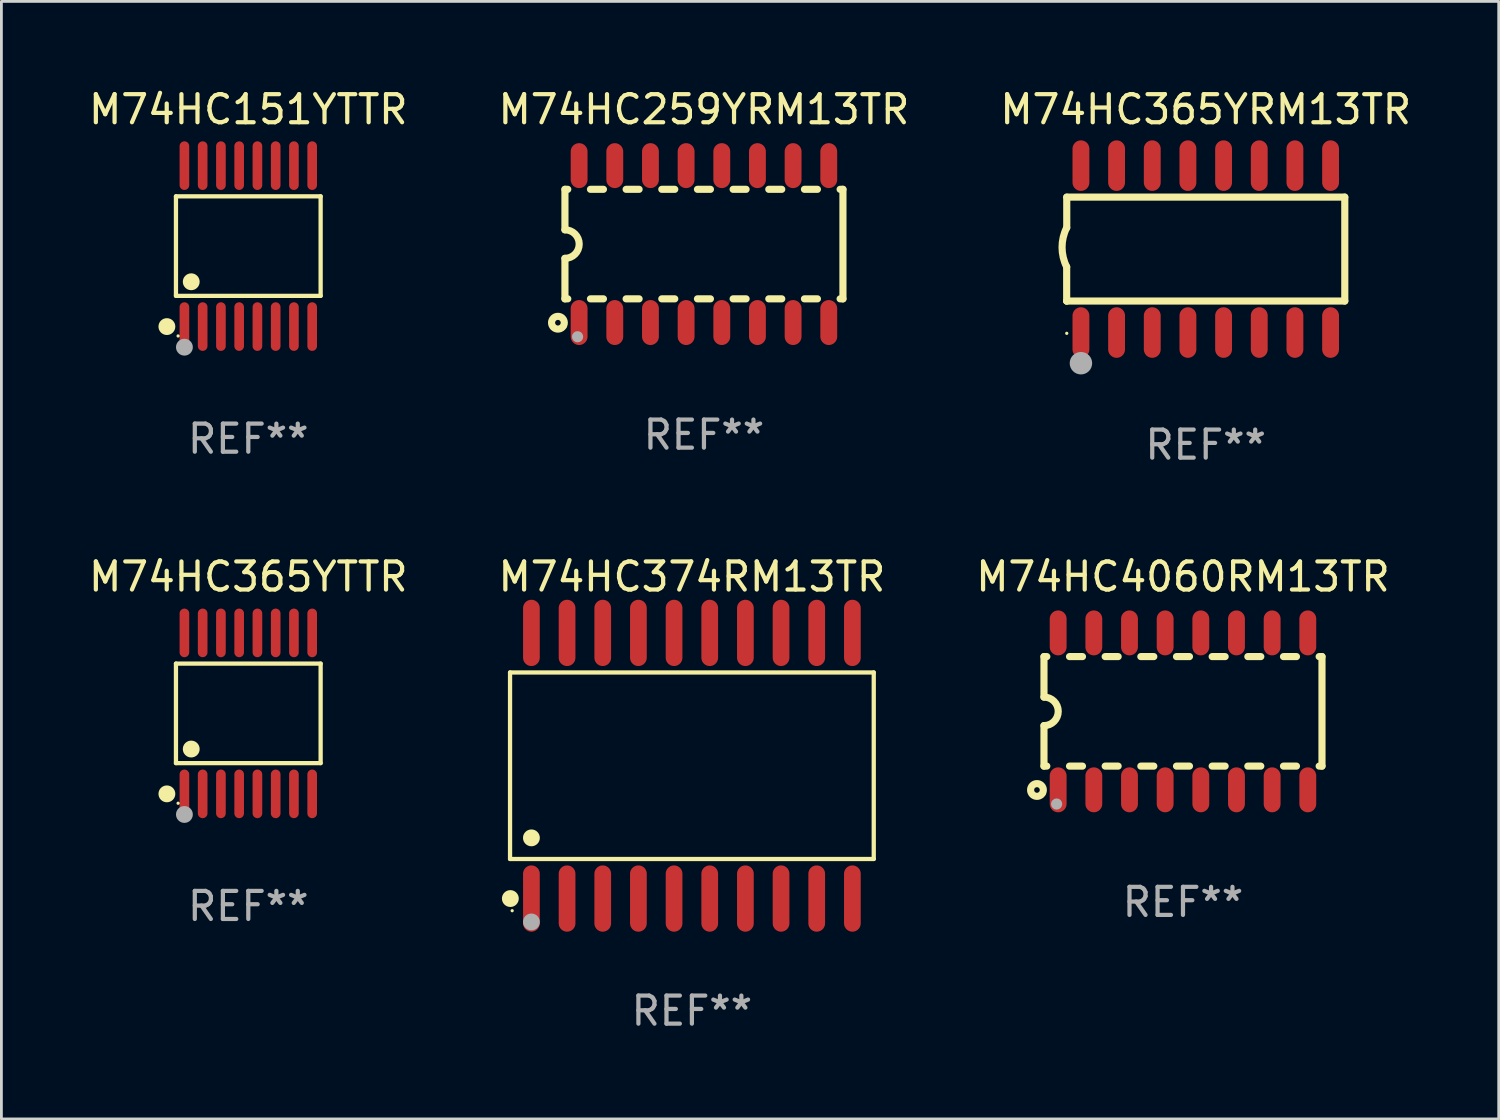
<source format=kicad_pcb>
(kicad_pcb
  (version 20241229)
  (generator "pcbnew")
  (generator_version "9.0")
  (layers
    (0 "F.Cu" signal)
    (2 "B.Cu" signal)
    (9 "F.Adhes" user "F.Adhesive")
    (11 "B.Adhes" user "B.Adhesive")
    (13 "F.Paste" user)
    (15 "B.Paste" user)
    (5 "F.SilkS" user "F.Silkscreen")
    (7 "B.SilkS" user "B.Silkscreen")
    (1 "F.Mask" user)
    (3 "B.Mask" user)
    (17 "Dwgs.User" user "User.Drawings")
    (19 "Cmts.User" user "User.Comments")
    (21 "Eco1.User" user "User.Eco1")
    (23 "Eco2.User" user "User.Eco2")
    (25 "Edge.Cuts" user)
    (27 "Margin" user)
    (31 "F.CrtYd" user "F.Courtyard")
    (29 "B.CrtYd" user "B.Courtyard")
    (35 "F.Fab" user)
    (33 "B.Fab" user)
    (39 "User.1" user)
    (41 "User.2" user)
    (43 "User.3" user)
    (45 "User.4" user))
  (footprint "M74HC4060RM13TR"
    (layer "F.Cu")
    (at 39.077 22.282)
    (property "Reference" "M74HC4060RM13TR" (at 0 -4.794 0) (layer "F.SilkS") (effects (font (size 1 1) (thickness 0.15))))
    (attr through_hole)
    (fp_line (start -4.95 -1.95) (end -4.95 -0.508) (stroke (width 0.254) (type solid)) (layer "F.SilkS"))
    (fp_line (start -4.95 -1.95) (end -4.849 -1.95) (stroke (width 0.254) (type solid)) (layer "F.SilkS"))
    (fp_line (start -4.95 1.95) (end -4.95 0.508) (stroke (width 0.254) (type solid)) (layer "F.SilkS"))
    (fp_line (start -4.95 1.95) (end -4.849 1.95) (stroke (width 0.254) (type solid)) (layer "F.SilkS"))
    (fp_line (start -4.041 -1.95) (end -3.579 -1.95) (stroke (width 0.254) (type solid)) (layer "F.SilkS"))
    (fp_line (start -4.041 1.95) (end -3.579 1.95) (stroke (width 0.254) (type solid)) (layer "F.SilkS"))
    (fp_line (start -2.771 -1.95) (end -2.309 -1.95) (stroke (width 0.254) (type solid)) (layer "F.SilkS"))
    (fp_line (start -2.771 1.95) (end -2.309 1.95) (stroke (width 0.254) (type solid)) (layer "F.SilkS"))
    (fp_line (start -1.501 -1.95) (end -1.039 -1.95) (stroke (width 0.254) (type solid)) (layer "F.SilkS"))
    (fp_line (start -1.501 1.95) (end -1.039 1.95) (stroke (width 0.254) (type solid)) (layer "F.SilkS"))
    (fp_line (start -0.231 -1.95) (end 0.231 -1.95) (stroke (width 0.254) (type solid)) (layer "F.SilkS"))
    (fp_line (start -0.231 1.95) (end 0.231 1.95) (stroke (width 0.254) (type solid)) (layer "F.SilkS"))
    (fp_line (start 1.039 -1.95) (end 1.501 -1.95) (stroke (width 0.254) (type solid)) (layer "F.SilkS"))
    (fp_line (start 1.039 1.95) (end 1.501 1.95) (stroke (width 0.254) (type solid)) (layer "F.SilkS"))
    (fp_line (start 2.309 -1.95) (end 2.771 -1.95) (stroke (width 0.254) (type solid)) (layer "F.SilkS"))
    (fp_line (start 2.309 1.95) (end 2.771 1.95) (stroke (width 0.254) (type solid)) (layer "F.SilkS"))
    (fp_line (start 3.579 -1.95) (end 4.041 -1.95) (stroke (width 0.254) (type solid)) (layer "F.SilkS"))
    (fp_line (start 3.579 1.95) (end 4.041 1.95) (stroke (width 0.254) (type solid)) (layer "F.SilkS"))
    (fp_line (start 4.849 -1.95) (end 4.95 -1.95) (stroke (width 0.254) (type solid)) (layer "F.SilkS"))
    (fp_line (start 4.849 1.95) (end 4.95 1.95) (stroke (width 0.254) (type solid)) (layer "F.SilkS"))
    (fp_line (start 4.95 -1.95) (end 4.95 1.95) (stroke (width 0.254) (type solid)) (layer "F.SilkS"))
    (fp_arc (start -4.95047 -0.508001) (mid -4.442469 -0.000228) (end -4.950013 0.508001) (stroke (width 0.254001) (type solid)) (layer "F.SilkS"))
    (fp_circle (center -5.2 2.8) (end -5.1 2.8) (stroke (width 0.254) (type solid)) (fill no) (layer "F.SilkS"))
    (fp_circle (center -4.95 2.947) (end -4.92 2.947) (stroke (width 0.06) (type solid)) (fill no) (layer "F.SilkS"))
    (fp_circle (center -4.5 3.3) (end -4.4 3.3) (stroke (width 0.2) (type solid)) (fill no) (layer "F.Fab"))
    (fp_text user "REF**" (at 0 6.794 0) (layer "F.Fab") (effects (font (size 1 1) (thickness 0.15))))
    (pad "1" smd oval (at -4.445 2.794) (size 0.6 1.6) (layers "F.Cu" "F.Mask" "F.Paste"))
    (pad "2" smd oval (at -3.175 2.794) (size 0.6 1.6) (layers "F.Cu" "F.Mask" "F.Paste"))
    (pad "3" smd oval (at -1.905 2.794) (size 0.6 1.6) (layers "F.Cu" "F.Mask" "F.Paste"))
    (pad "4" smd oval (at -0.635 2.794) (size 0.6 1.6) (layers "F.Cu" "F.Mask" "F.Paste"))
    (pad "5" smd oval (at 0.635 2.794) (size 0.6 1.6) (layers "F.Cu" "F.Mask" "F.Paste"))
    (pad "6" smd oval (at 1.905 2.794) (size 0.6 1.6) (layers "F.Cu" "F.Mask" "F.Paste"))
    (pad "7" smd oval (at 3.175 2.794) (size 0.6 1.6) (layers "F.Cu" "F.Mask" "F.Paste"))
    (pad "8" smd oval (at 4.445 2.794) (size 0.6 1.6) (layers "F.Cu" "F.Mask" "F.Paste"))
    (pad "9" smd oval (at 4.445 -2.794) (size 0.6 1.6) (layers "F.Cu" "F.Mask" "F.Paste"))
    (pad "10" smd oval (at 3.175 -2.794) (size 0.6 1.6) (layers "F.Cu" "F.Mask" "F.Paste"))
    (pad "11" smd oval (at 1.905 -2.794) (size 0.6 1.6) (layers "F.Cu" "F.Mask" "F.Paste"))
    (pad "12" smd oval (at 0.635 -2.794) (size 0.6 1.6) (layers "F.Cu" "F.Mask" "F.Paste"))
    (pad "13" smd oval (at -0.635 -2.794) (size 0.6 1.6) (layers "F.Cu" "F.Mask" "F.Paste"))
    (pad "14" smd oval (at -1.905 -2.794) (size 0.6 1.6) (layers "F.Cu" "F.Mask" "F.Paste"))
    (pad "15" smd oval (at -3.175 -2.794) (size 0.6 1.6) (layers "F.Cu" "F.Mask" "F.Paste"))
    (pad "16" smd oval (at -4.445 -2.794) (size 0.6 1.6) (layers "F.Cu" "F.Mask" "F.Paste")))
  (footprint "M74HC259YRM13TR"
    (layer "F.Cu")
    (at 22.018 5.642)
    (property "Reference" "M74HC259YRM13TR" (at 0 -4.794 0) (layer "F.SilkS") (effects (font (size 1 1) (thickness 0.15))))
    (attr through_hole)
    (fp_line (start -4.95 -1.95) (end -4.95 -0.508) (stroke (width 0.254) (type solid)) (layer "F.SilkS"))
    (fp_line (start -4.95 -1.95) (end -4.849 -1.95) (stroke (width 0.254) (type solid)) (layer "F.SilkS"))
    (fp_line (start -4.95 1.95) (end -4.95 0.508) (stroke (width 0.254) (type solid)) (layer "F.SilkS"))
    (fp_line (start -4.95 1.95) (end -4.849 1.95) (stroke (width 0.254) (type solid)) (layer "F.SilkS"))
    (fp_line (start -4.041 -1.95) (end -3.579 -1.95) (stroke (width 0.254) (type solid)) (layer "F.SilkS"))
    (fp_line (start -4.041 1.95) (end -3.579 1.95) (stroke (width 0.254) (type solid)) (layer "F.SilkS"))
    (fp_line (start -2.771 -1.95) (end -2.309 -1.95) (stroke (width 0.254) (type solid)) (layer "F.SilkS"))
    (fp_line (start -2.771 1.95) (end -2.309 1.95) (stroke (width 0.254) (type solid)) (layer "F.SilkS"))
    (fp_line (start -1.501 -1.95) (end -1.039 -1.95) (stroke (width 0.254) (type solid)) (layer "F.SilkS"))
    (fp_line (start -1.501 1.95) (end -1.039 1.95) (stroke (width 0.254) (type solid)) (layer "F.SilkS"))
    (fp_line (start -0.231 -1.95) (end 0.231 -1.95) (stroke (width 0.254) (type solid)) (layer "F.SilkS"))
    (fp_line (start -0.231 1.95) (end 0.231 1.95) (stroke (width 0.254) (type solid)) (layer "F.SilkS"))
    (fp_line (start 1.039 -1.95) (end 1.501 -1.95) (stroke (width 0.254) (type solid)) (layer "F.SilkS"))
    (fp_line (start 1.039 1.95) (end 1.501 1.95) (stroke (width 0.254) (type solid)) (layer "F.SilkS"))
    (fp_line (start 2.309 -1.95) (end 2.771 -1.95) (stroke (width 0.254) (type solid)) (layer "F.SilkS"))
    (fp_line (start 2.309 1.95) (end 2.771 1.95) (stroke (width 0.254) (type solid)) (layer "F.SilkS"))
    (fp_line (start 3.579 -1.95) (end 4.041 -1.95) (stroke (width 0.254) (type solid)) (layer "F.SilkS"))
    (fp_line (start 3.579 1.95) (end 4.041 1.95) (stroke (width 0.254) (type solid)) (layer "F.SilkS"))
    (fp_line (start 4.849 -1.95) (end 4.95 -1.95) (stroke (width 0.254) (type solid)) (layer "F.SilkS"))
    (fp_line (start 4.849 1.95) (end 4.95 1.95) (stroke (width 0.254) (type solid)) (layer "F.SilkS"))
    (fp_line (start 4.95 -1.95) (end 4.95 1.95) (stroke (width 0.254) (type solid)) (layer "F.SilkS"))
    (fp_arc (start -4.95047 -0.508001) (mid -4.442469 -0.000228) (end -4.950013 0.508001) (stroke (width 0.254001) (type solid)) (layer "F.SilkS"))
    (fp_circle (center -5.2 2.8) (end -5.1 2.8) (stroke (width 0.254) (type solid)) (fill no) (layer "F.SilkS"))
    (fp_circle (center -4.95 2.947) (end -4.92 2.947) (stroke (width 0.06) (type solid)) (fill no) (layer "F.SilkS"))
    (fp_circle (center -4.5 3.3) (end -4.4 3.3) (stroke (width 0.2) (type solid)) (fill no) (layer "F.Fab"))
    (fp_text user "REF**" (at 0 6.794 0) (layer "F.Fab") (effects (font (size 1 1) (thickness 0.15))))
    (pad "1" smd oval (at -4.445 2.794) (size 0.6 1.6) (layers "F.Cu" "F.Mask" "F.Paste"))
    (pad "2" smd oval (at -3.175 2.794) (size 0.6 1.6) (layers "F.Cu" "F.Mask" "F.Paste"))
    (pad "3" smd oval (at -1.905 2.794) (size 0.6 1.6) (layers "F.Cu" "F.Mask" "F.Paste"))
    (pad "4" smd oval (at -0.635 2.794) (size 0.6 1.6) (layers "F.Cu" "F.Mask" "F.Paste"))
    (pad "5" smd oval (at 0.635 2.794) (size 0.6 1.6) (layers "F.Cu" "F.Mask" "F.Paste"))
    (pad "6" smd oval (at 1.905 2.794) (size 0.6 1.6) (layers "F.Cu" "F.Mask" "F.Paste"))
    (pad "7" smd oval (at 3.175 2.794) (size 0.6 1.6) (layers "F.Cu" "F.Mask" "F.Paste"))
    (pad "8" smd oval (at 4.445 2.794) (size 0.6 1.6) (layers "F.Cu" "F.Mask" "F.Paste"))
    (pad "9" smd oval (at 4.445 -2.794) (size 0.6 1.6) (layers "F.Cu" "F.Mask" "F.Paste"))
    (pad "10" smd oval (at 3.175 -2.794) (size 0.6 1.6) (layers "F.Cu" "F.Mask" "F.Paste"))
    (pad "11" smd oval (at 1.905 -2.794) (size 0.6 1.6) (layers "F.Cu" "F.Mask" "F.Paste"))
    (pad "12" smd oval (at 0.635 -2.794) (size 0.6 1.6) (layers "F.Cu" "F.Mask" "F.Paste"))
    (pad "13" smd oval (at -0.635 -2.794) (size 0.6 1.6) (layers "F.Cu" "F.Mask" "F.Paste"))
    (pad "14" smd oval (at -1.905 -2.794) (size 0.6 1.6) (layers "F.Cu" "F.Mask" "F.Paste"))
    (pad "15" smd oval (at -3.175 -2.794) (size 0.6 1.6) (layers "F.Cu" "F.Mask" "F.Paste"))
    (pad "16" smd oval (at -4.445 -2.794) (size 0.6 1.6) (layers "F.Cu" "F.Mask" "F.Paste")))
  (footprint "M74HC151YTTR"
    (layer "F.Cu")
    (at 5.792 5.714)
    (property "Reference" "M74HC151YTTR" (at 0 -4.866 0) (layer "F.SilkS") (effects (font (size 1 1) (thickness 0.15))))
    (attr through_hole)
    (fp_line (start -2.576 -1.772) (end 2.576 -1.772) (stroke (width 0.152) (type solid)) (layer "F.SilkS"))
    (fp_line (start -2.576 1.771) (end -2.576 -1.772) (stroke (width 0.152) (type solid)) (layer "F.SilkS"))
    (fp_line (start 2.576 -1.772) (end 2.576 1.771) (stroke (width 0.152) (type solid)) (layer "F.SilkS"))
    (fp_line (start 2.576 1.771) (end -2.576 1.771) (stroke (width 0.152) (type solid)) (layer "F.SilkS"))
    (fp_circle (center -2.899 2.866) (end -2.749 2.866) (stroke (width 0.3) (type solid)) (fill no) (layer "F.SilkS"))
    (fp_circle (center -2.5 3.2) (end -2.47 3.2) (stroke (width 0.06) (type solid)) (fill no) (layer "F.SilkS"))
    (fp_circle (center -2.032 1.27) (end -1.882 1.27) (stroke (width 0.3) (type solid)) (fill no) (layer "F.SilkS"))
    (fp_circle (center -2.275 3.6) (end -2.125 3.6) (stroke (width 0.3) (type solid)) (fill no) (layer "F.Fab"))
    (fp_text user "REF**" (at 0 6.866 0) (layer "F.Fab") (effects (font (size 1 1) (thickness 0.15))))
    (pad "1" smd oval (at -2.275 2.866) (size 0.343 1.731) (layers "F.Cu" "F.Mask" "F.Paste"))
    (pad "2" smd oval (at -1.625 2.866) (size 0.343 1.731) (layers "F.Cu" "F.Mask" "F.Paste"))
    (pad "3" smd oval (at -0.975 2.866) (size 0.343 1.731) (layers "F.Cu" "F.Mask" "F.Paste"))
    (pad "4" smd oval (at -0.325 2.866) (size 0.343 1.731) (layers "F.Cu" "F.Mask" "F.Paste"))
    (pad "5" smd oval (at 0.325 2.866) (size 0.343 1.731) (layers "F.Cu" "F.Mask" "F.Paste"))
    (pad "6" smd oval (at 0.975 2.866) (size 0.343 1.731) (layers "F.Cu" "F.Mask" "F.Paste"))
    (pad "7" smd oval (at 1.625 2.866) (size 0.343 1.731) (layers "F.Cu" "F.Mask" "F.Paste"))
    (pad "8" smd oval (at 2.275 2.866) (size 0.343 1.731) (layers "F.Cu" "F.Mask" "F.Paste"))
    (pad "9" smd oval (at 2.275 -2.866) (size 0.343 1.731) (layers "F.Cu" "F.Mask" "F.Paste"))
    (pad "10" smd oval (at 1.625 -2.866) (size 0.343 1.731) (layers "F.Cu" "F.Mask" "F.Paste"))
    (pad "11" smd oval (at 0.975 -2.866) (size 0.343 1.731) (layers "F.Cu" "F.Mask" "F.Paste"))
    (pad "12" smd oval (at 0.325 -2.866) (size 0.343 1.731) (layers "F.Cu" "F.Mask" "F.Paste"))
    (pad "13" smd oval (at -0.325 -2.866) (size 0.343 1.731) (layers "F.Cu" "F.Mask" "F.Paste"))
    (pad "14" smd oval (at -0.975 -2.866) (size 0.343 1.731) (layers "F.Cu" "F.Mask" "F.Paste"))
    (pad "15" smd oval (at -1.625 -2.866) (size 0.343 1.731) (layers "F.Cu" "F.Mask" "F.Paste"))
    (pad "16" smd oval (at -2.275 -2.866) (size 0.343 1.731) (layers "F.Cu" "F.Mask" "F.Paste")))
  (footprint "M74HC365YTTR"
    (layer "F.Cu")
    (at 5.792 22.354)
    (property "Reference" "M74HC365YTTR" (at 0 -4.866 0) (layer "F.SilkS") (effects (font (size 1 1) (thickness 0.15))))
    (attr through_hole)
    (fp_line (start -2.576 -1.772) (end 2.576 -1.772) (stroke (width 0.152) (type solid)) (layer "F.SilkS"))
    (fp_line (start -2.576 1.771) (end -2.576 -1.772) (stroke (width 0.152) (type solid)) (layer "F.SilkS"))
    (fp_line (start 2.576 -1.772) (end 2.576 1.771) (stroke (width 0.152) (type solid)) (layer "F.SilkS"))
    (fp_line (start 2.576 1.771) (end -2.576 1.771) (stroke (width 0.152) (type solid)) (layer "F.SilkS"))
    (fp_circle (center -2.899 2.866) (end -2.749 2.866) (stroke (width 0.3) (type solid)) (fill no) (layer "F.SilkS"))
    (fp_circle (center -2.5 3.2) (end -2.47 3.2) (stroke (width 0.06) (type solid)) (fill no) (layer "F.SilkS"))
    (fp_circle (center -2.032 1.27) (end -1.882 1.27) (stroke (width 0.3) (type solid)) (fill no) (layer "F.SilkS"))
    (fp_circle (center -2.275 3.6) (end -2.125 3.6) (stroke (width 0.3) (type solid)) (fill no) (layer "F.Fab"))
    (fp_text user "REF**" (at 0 6.866 0) (layer "F.Fab") (effects (font (size 1 1) (thickness 0.15))))
    (pad "1" smd oval (at -2.275 2.866) (size 0.343 1.731) (layers "F.Cu" "F.Mask" "F.Paste"))
    (pad "2" smd oval (at -1.625 2.866) (size 0.343 1.731) (layers "F.Cu" "F.Mask" "F.Paste"))
    (pad "3" smd oval (at -0.975 2.866) (size 0.343 1.731) (layers "F.Cu" "F.Mask" "F.Paste"))
    (pad "4" smd oval (at -0.325 2.866) (size 0.343 1.731) (layers "F.Cu" "F.Mask" "F.Paste"))
    (pad "5" smd oval (at 0.325 2.866) (size 0.343 1.731) (layers "F.Cu" "F.Mask" "F.Paste"))
    (pad "6" smd oval (at 0.975 2.866) (size 0.343 1.731) (layers "F.Cu" "F.Mask" "F.Paste"))
    (pad "7" smd oval (at 1.625 2.866) (size 0.343 1.731) (layers "F.Cu" "F.Mask" "F.Paste"))
    (pad "8" smd oval (at 2.275 2.866) (size 0.343 1.731) (layers "F.Cu" "F.Mask" "F.Paste"))
    (pad "9" smd oval (at 2.275 -2.866) (size 0.343 1.731) (layers "F.Cu" "F.Mask" "F.Paste"))
    (pad "10" smd oval (at 1.625 -2.866) (size 0.343 1.731) (layers "F.Cu" "F.Mask" "F.Paste"))
    (pad "11" smd oval (at 0.975 -2.866) (size 0.343 1.731) (layers "F.Cu" "F.Mask" "F.Paste"))
    (pad "12" smd oval (at 0.325 -2.866) (size 0.343 1.731) (layers "F.Cu" "F.Mask" "F.Paste"))
    (pad "13" smd oval (at -0.325 -2.866) (size 0.343 1.731) (layers "F.Cu" "F.Mask" "F.Paste"))
    (pad "14" smd oval (at -0.975 -2.866) (size 0.343 1.731) (layers "F.Cu" "F.Mask" "F.Paste"))
    (pad "15" smd oval (at -1.625 -2.866) (size 0.343 1.731) (layers "F.Cu" "F.Mask" "F.Paste"))
    (pad "16" smd oval (at -2.275 -2.866) (size 0.343 1.731) (layers "F.Cu" "F.Mask" "F.Paste")))
  (footprint "M74HC374RM13TR"
    (layer "F.Cu")
    (at 21.589 24.218)
    (property "Reference" "M74HC374RM13TR" (at 0 -6.73 0) (layer "F.SilkS") (effects (font (size 1 1) (thickness 0.15))))
    (attr through_hole)
    (fp_line (start -6.476 -3.321) (end 6.476 -3.321) (stroke (width 0.152) (type solid)) (layer "F.SilkS"))
    (fp_line (start -6.476 3.321) (end -6.476 -3.321) (stroke (width 0.152) (type solid)) (layer "F.SilkS"))
    (fp_line (start 6.476 -3.321) (end 6.476 3.321) (stroke (width 0.152) (type solid)) (layer "F.SilkS"))
    (fp_line (start 6.476 3.321) (end -6.476 3.321) (stroke (width 0.152) (type solid)) (layer "F.SilkS"))
    (fp_circle (center -6.465 4.73) (end -6.315 4.73) (stroke (width 0.3) (type solid)) (fill no) (layer "F.SilkS"))
    (fp_circle (center -6.4 5.163) (end -6.37 5.163) (stroke (width 0.06) (type solid)) (fill no) (layer "F.SilkS"))
    (fp_circle (center -5.715 2.569) (end -5.565 2.569) (stroke (width 0.3) (type solid)) (fill no) (layer "F.SilkS"))
    (fp_circle (center -5.715 5.563) (end -5.565 5.563) (stroke (width 0.3) (type solid)) (fill no) (layer "F.Fab"))
    (fp_text user "REF**" (at 0 8.73 0) (layer "F.Fab") (effects (font (size 1 1) (thickness 0.15))))
    (pad "1" smd oval (at -5.715 4.73) (size 0.595 2.36) (layers "F.Cu" "F.Mask" "F.Paste"))
    (pad "2" smd oval (at -4.445 4.73) (size 0.595 2.36) (layers "F.Cu" "F.Mask" "F.Paste"))
    (pad "3" smd oval (at -3.175 4.73) (size 0.595 2.36) (layers "F.Cu" "F.Mask" "F.Paste"))
    (pad "4" smd oval (at -1.905 4.73) (size 0.595 2.36) (layers "F.Cu" "F.Mask" "F.Paste"))
    (pad "5" smd oval (at -0.635 4.73) (size 0.595 2.36) (layers "F.Cu" "F.Mask" "F.Paste"))
    (pad "6" smd oval (at 0.635 4.73) (size 0.595 2.36) (layers "F.Cu" "F.Mask" "F.Paste"))
    (pad "7" smd oval (at 1.905 4.73) (size 0.595 2.36) (layers "F.Cu" "F.Mask" "F.Paste"))
    (pad "8" smd oval (at 3.175 4.73) (size 0.595 2.36) (layers "F.Cu" "F.Mask" "F.Paste"))
    (pad "9" smd oval (at 4.445 4.73) (size 0.595 2.36) (layers "F.Cu" "F.Mask" "F.Paste"))
    (pad "10" smd oval (at 5.715 4.73) (size 0.595 2.36) (layers "F.Cu" "F.Mask" "F.Paste"))
    (pad "11" smd oval (at 5.715 -4.73) (size 0.595 2.36) (layers "F.Cu" "F.Mask" "F.Paste"))
    (pad "12" smd oval (at 4.445 -4.73) (size 0.595 2.36) (layers "F.Cu" "F.Mask" "F.Paste"))
    (pad "13" smd oval (at 3.175 -4.73) (size 0.595 2.36) (layers "F.Cu" "F.Mask" "F.Paste"))
    (pad "14" smd oval (at 1.905 -4.73) (size 0.595 2.36) (layers "F.Cu" "F.Mask" "F.Paste"))
    (pad "15" smd oval (at 0.635 -4.73) (size 0.595 2.36) (layers "F.Cu" "F.Mask" "F.Paste"))
    (pad "16" smd oval (at -0.635 -4.73) (size 0.595 2.36) (layers "F.Cu" "F.Mask" "F.Paste"))
    (pad "17" smd oval (at -1.905 -4.73) (size 0.595 2.36) (layers "F.Cu" "F.Mask" "F.Paste"))
    (pad "18" smd oval (at -3.175 -4.73) (size 0.595 2.36) (layers "F.Cu" "F.Mask" "F.Paste"))
    (pad "19" smd oval (at -4.445 -4.73) (size 0.595 2.36) (layers "F.Cu" "F.Mask" "F.Paste"))
    (pad "20" smd oval (at -5.715 -4.73) (size 0.595 2.36) (layers "F.Cu" "F.Mask" "F.Paste")))
  (footprint "M74HC365YRM13TR"
    (layer "F.Cu")
    (at 39.887 5.82)
    (property "Reference" "M74HC365YRM13TR" (at 0 -4.972 0) (layer "F.SilkS") (effects (font (size 1 1) (thickness 0.15))))
    (attr through_hole)
    (fp_line (start -4.952 0.635) (end -4.952 1.85) (stroke (width 0.254) (type solid)) (layer "F.SilkS"))
    (fp_line (start -4.952 1.85) (end -4.949 1.85) (stroke (width 0.254) (type solid)) (layer "F.SilkS"))
    (fp_line (start -4.949 -1.85) (end -4.949 -0.762) (stroke (width 0.254) (type solid)) (layer "F.SilkS"))
    (fp_line (start -4.949 1.85) (end 4.952 1.85) (stroke (width 0.254) (type solid)) (layer "F.SilkS"))
    (fp_line (start 4.952 -1.85) (end -4.949 -1.85) (stroke (width 0.254) (type solid)) (layer "F.SilkS"))
    (fp_line (start 4.952 1.85) (end 4.952 -1.85) (stroke (width 0.254) (type solid)) (layer "F.SilkS"))
    (fp_arc (start -4.951524 0.635001) (mid -5.116418 -0.0635) (end -4.951524 -0.762002) (stroke (width 0.254001) (type solid)) (layer "F.SilkS"))
    (fp_circle (center -4.949 3) (end -4.919 3) (stroke (width 0.06) (type solid)) (fill no) (layer "F.SilkS"))
    (fp_circle (center -4.444 4.064) (end -4.244 4.064) (stroke (width 0.4) (type solid)) (fill no) (layer "F.Fab"))
    (fp_text user "REF**" (at 0 6.972 0) (layer "F.Fab") (effects (font (size 1 1) (thickness 0.15))))
    (pad "1" smd oval (at -4.444 2.972 180) (size 0.6 1.8) (layers "F.Cu" "F.Mask" "F.Paste"))
    (pad "2" smd oval (at -3.174 2.972 180) (size 0.6 1.8) (layers "F.Cu" "F.Mask" "F.Paste"))
    (pad "3" smd oval (at -1.904 2.972 180) (size 0.6 1.8) (layers "F.Cu" "F.Mask" "F.Paste"))
    (pad "4" smd oval (at -0.634 2.972 180) (size 0.6 1.8) (layers "F.Cu" "F.Mask" "F.Paste"))
    (pad "5" smd oval (at 0.636 2.972 180) (size 0.6 1.8) (layers "F.Cu" "F.Mask" "F.Paste"))
    (pad "6" smd oval (at 1.906 2.972 180) (size 0.6 1.8) (layers "F.Cu" "F.Mask" "F.Paste"))
    (pad "7" smd oval (at 3.176 2.972 180) (size 0.6 1.8) (layers "F.Cu" "F.Mask" "F.Paste"))
    (pad "8" smd oval (at 4.446 2.972 180) (size 0.6 1.8) (layers "F.Cu" "F.Mask" "F.Paste"))
    (pad "9" smd oval (at 4.446 -2.972 180) (size 0.6 1.8) (layers "F.Cu" "F.Mask" "F.Paste"))
    (pad "10" smd oval (at 3.176 -2.972 180) (size 0.6 1.8) (layers "F.Cu" "F.Mask" "F.Paste"))
    (pad "11" smd oval (at 1.906 -2.972 180) (size 0.6 1.8) (layers "F.Cu" "F.Mask" "F.Paste"))
    (pad "12" smd oval (at 0.636 -2.972 180) (size 0.6 1.8) (layers "F.Cu" "F.Mask" "F.Paste"))
    (pad "13" smd oval (at -0.634 -2.972 180) (size 0.6 1.8) (layers "F.Cu" "F.Mask" "F.Paste"))
    (pad "14" smd oval (at -1.904 -2.972 180) (size 0.6 1.8) (layers "F.Cu" "F.Mask" "F.Paste"))
    (pad "15" smd oval (at -3.174 -2.972 180) (size 0.6 1.8) (layers "F.Cu" "F.Mask" "F.Paste"))
    (pad "16" smd oval (at -4.444 -2.972 180) (size 0.6 1.8) (layers "F.Cu" "F.Mask" "F.Paste")))
  (gr_rect
    (start -3 -3)
    (end 50.321 36.797)
    (stroke (width 0.1) (type default))
    (fill no)
    (layer "Edge.Cuts")))
</source>
